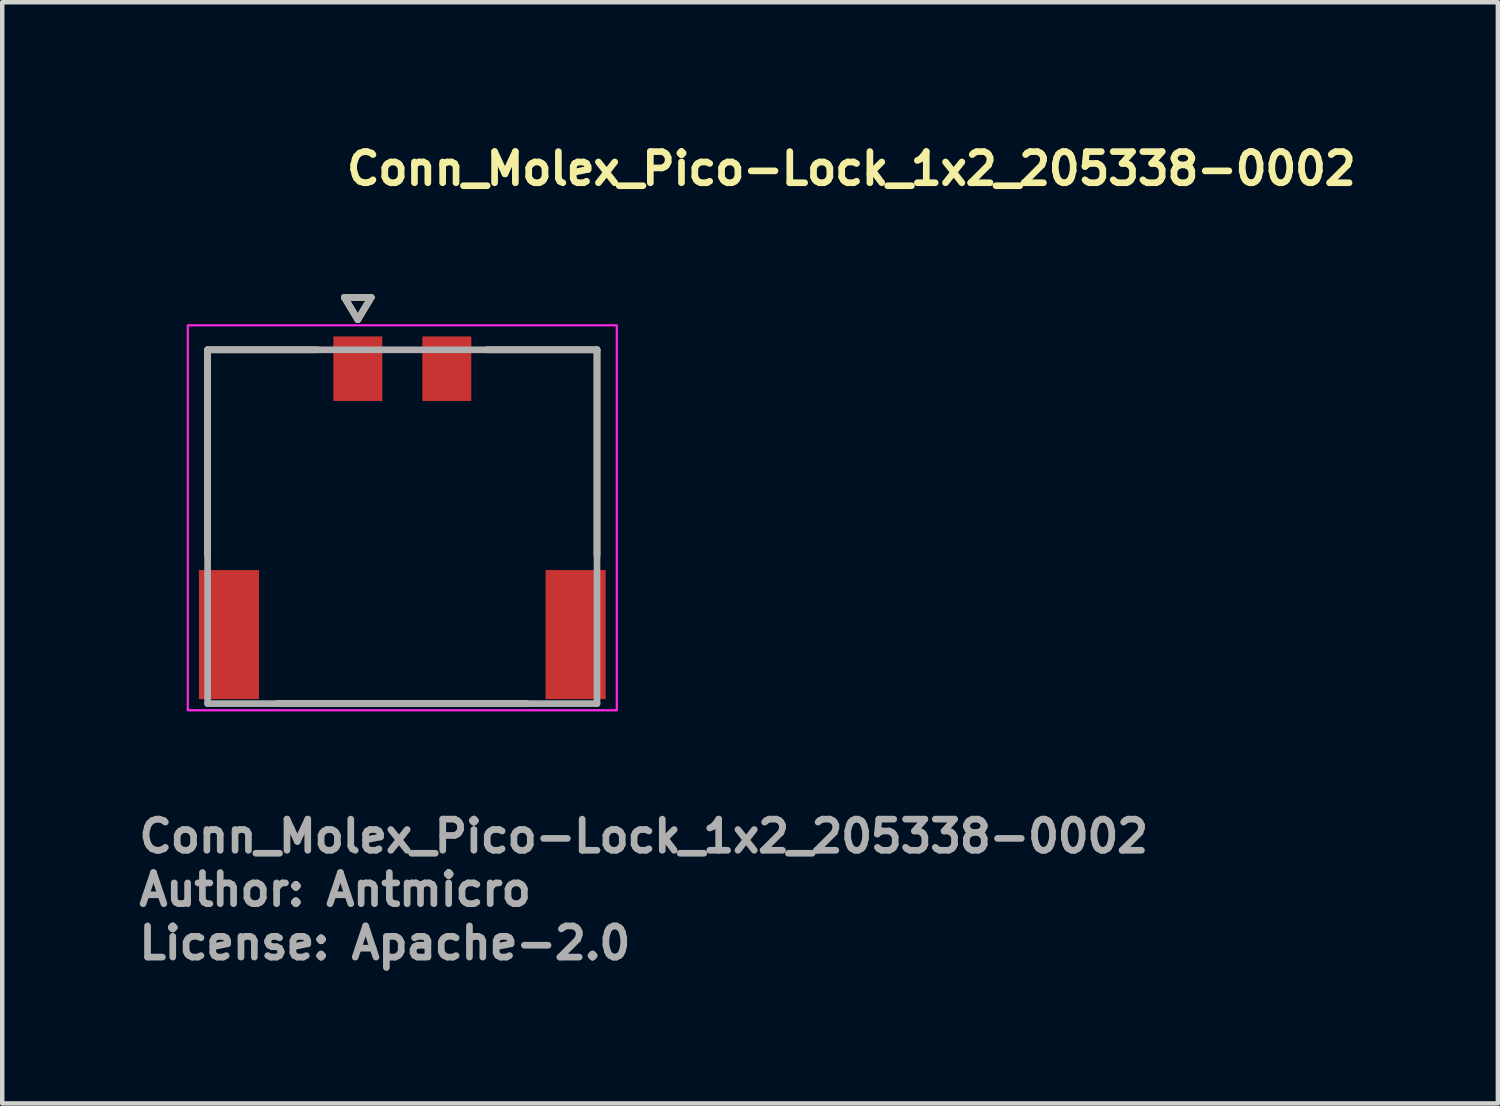
<source format=kicad_pcb>
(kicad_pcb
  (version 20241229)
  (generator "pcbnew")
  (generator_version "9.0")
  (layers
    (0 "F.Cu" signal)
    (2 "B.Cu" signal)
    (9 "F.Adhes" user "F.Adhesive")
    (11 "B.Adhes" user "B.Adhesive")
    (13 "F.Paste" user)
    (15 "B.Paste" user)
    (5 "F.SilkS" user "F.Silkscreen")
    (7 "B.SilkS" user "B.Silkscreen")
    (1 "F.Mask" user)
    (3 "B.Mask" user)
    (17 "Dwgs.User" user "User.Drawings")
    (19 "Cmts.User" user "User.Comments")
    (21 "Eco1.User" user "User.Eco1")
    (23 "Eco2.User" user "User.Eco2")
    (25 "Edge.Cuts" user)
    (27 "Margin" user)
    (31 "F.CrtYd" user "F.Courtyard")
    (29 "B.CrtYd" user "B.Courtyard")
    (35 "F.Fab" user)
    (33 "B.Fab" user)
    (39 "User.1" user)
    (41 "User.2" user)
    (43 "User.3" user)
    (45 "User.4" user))
  (footprint "Conn_Molex_Pico-Lock_1x2_205338-0002"
    (layer "F.Cu")
    (at 5.99 7.96)
    (property "Reference" "Conn_Molex_Pico-Lock_1x2_205338-0002" (at -1.325 -6.81 0) (layer "F.SilkS") (effects (font (size 0.7 0.7) (thickness 0.15)) (justify left bottom)))
    (attr smd)
    (fp_poly (pts (xy -3.194 4.726) (xy -4.596 4.726) (xy -4.596 1.774) (xy -3.194 1.774)) (stroke (width 0.01) (type solid)) (fill yes) (layer "F.Mask"))
    (fp_poly (pts (xy -0.424 -1.974) (xy -1.576 -1.974) (xy -1.576 -3.476) (xy -0.424 -3.476)) (stroke (width 0.01) (type solid)) (fill yes) (layer "F.Mask"))
    (fp_poly (pts (xy 1.576 -1.974) (xy 0.424 -1.974) (xy 0.424 -3.476) (xy 1.576 -3.476)) (stroke (width 0.01) (type solid)) (fill yes) (layer "F.Mask"))
    (fp_poly (pts (xy 4.596 4.726) (xy 3.194 4.726) (xy 3.194 1.774) (xy 4.596 1.774)) (stroke (width 0.01) (type solid)) (fill yes) (layer "F.Mask"))
    (fp_line (start -4.375 -3.15) (end -1.9 -3.15) (stroke (width 0.15) (type solid)) (layer "F.SilkS"))
    (fp_line (start -4.375 1.475) (end -4.375 -3.15) (stroke (width 0.15) (type solid)) (layer "F.SilkS"))
    (fp_line (start -2.8 4.8) (end 2.8 4.8) (stroke (width 0.15) (type solid)) (layer "F.SilkS"))
    (fp_line (start -1.3 -4.327) (end -0.7 -4.327) (stroke (width 0.15) (type solid)) (layer "F.SilkS"))
    (fp_line (start -1 -3.827) (end -1.3 -4.327) (stroke (width 0.15) (type solid)) (layer "F.SilkS"))
    (fp_line (start -0.7 -4.327) (end -1 -3.827) (stroke (width 0.15) (type solid)) (layer "F.SilkS"))
    (fp_line (start 1.9 -3.15) (end 4.375 -3.15) (stroke (width 0.15) (type solid)) (layer "F.SilkS"))
    (fp_line (start 4.375 -3.15) (end 4.375 1.475) (stroke (width 0.15) (type solid)) (layer "F.SilkS"))
    (fp_rect (start 4.82 4.95) (end -4.82 -3.7) (stroke (width 0.05) (type solid)) (fill no) (layer "F.CrtYd"))
    (fp_line (start -4.375 -3.15) (end 4.375 -3.15) (stroke (width 0.15) (type solid)) (layer "F.Fab"))
    (fp_line (start -4.375 4.8) (end -4.375 -3.15) (stroke (width 0.15) (type solid)) (layer "F.Fab"))
    (fp_line (start -1.3 -4.327) (end -0.7 -4.327) (stroke (width 0.15) (type solid)) (layer "F.Fab"))
    (fp_line (start -1 -3.827) (end -1.3 -4.327) (stroke (width 0.15) (type solid)) (layer "F.Fab"))
    (fp_line (start -0.7 -4.327) (end -1 -3.827) (stroke (width 0.15) (type solid)) (layer "F.Fab"))
    (fp_line (start 4.375 -3.15) (end 4.375 4.8) (stroke (width 0.15) (type solid)) (layer "F.Fab"))
    (fp_line (start 4.375 4.8) (end -4.375 4.8) (stroke (width 0.15) (type solid)) (layer "F.Fab"))
    (fp_rect (start 4.375 4.575) (end -4.375 -3.375) (stroke (width 0.1) (type solid)) (fill no) (layer "User.5"))
    (fp_line (start -4.375 1.725) (end -4.375 4.325) (stroke (width 0.02) (type solid)) (layer "User.9"))
    (fp_line (start -4.375 1.725) (end -3.975 1.725) (stroke (width 0.02) (type solid)) (layer "User.9"))
    (fp_line (start -4.375 4.325) (end -3.975 4.325) (stroke (width 0.02) (type solid)) (layer "User.9"))
    (fp_line (start -3.975 -3.025) (end -3.975 4.575) (stroke (width 0.02) (type solid)) (layer "User.9"))
    (fp_line (start -2.425 0.275) (end -2.425 4.575) (stroke (width 0.02) (type solid)) (layer "User.9"))
    (fp_line (start -2.425 4.575) (end -3.975 4.575) (stroke (width 0.02) (type solid)) (layer "User.9"))
    (fp_line (start -2.2 2.075) (end -1.925 2.075) (stroke (width 0.02) (type solid)) (layer "User.9"))
    (fp_line (start -2.2 4.275) (end -2.425 4.275) (stroke (width 0.02) (type solid)) (layer "User.9"))
    (fp_line (start -2.2 4.275) (end -2.2 0.275) (stroke (width 0.02) (type solid)) (layer "User.9"))
    (fp_line (start -1.925 0.275) (end -2.425 0.275) (stroke (width 0.02) (type solid)) (layer "User.9"))
    (fp_line (start -1.925 2.575) (end -1.925 0.275) (stroke (width 0.02) (type solid)) (layer "User.9"))
    (fp_line (start -1.25 -3.375) (end -1.25 -3.035) (stroke (width 0.02) (type solid)) (layer "User.9"))
    (fp_line (start -1.25 -3.035) (end -1.25 -3.025) (stroke (width 0.02) (type solid)) (layer "User.9"))
    (fp_line (start -1.25 1.375) (end -1 1.875) (stroke (width 0.02) (type solid)) (layer "User.9"))
    (fp_line (start -1 1.875) (end -0.75 1.375) (stroke (width 0.02) (type solid)) (layer "User.9"))
    (fp_line (start -0.75 -3.375) (end -1.25 -3.375) (stroke (width 0.02) (type solid)) (layer "User.9"))
    (fp_line (start -0.75 -3.375) (end -0.75 -3.035) (stroke (width 0.02) (type solid)) (layer "User.9"))
    (fp_line (start -0.75 -3.035) (end -0.75 -3.025) (stroke (width 0.02) (type solid)) (layer "User.9"))
    (fp_line (start -0.75 1.375) (end -1.25 1.375) (stroke (width 0.02) (type solid)) (layer "User.9"))
    (fp_line (start 0.75 -3.375) (end 0.75 -3.035) (stroke (width 0.02) (type solid)) (layer "User.9"))
    (fp_line (start 0.75 -3.035) (end 0.75 -3.025) (stroke (width 0.02) (type solid)) (layer "User.9"))
    (fp_line (start 1.25 -3.375) (end 0.75 -3.375) (stroke (width 0.02) (type solid)) (layer "User.9"))
    (fp_line (start 1.25 -3.375) (end 1.25 -3.035) (stroke (width 0.02) (type solid)) (layer "User.9"))
    (fp_line (start 1.25 -3.035) (end 1.25 -3.025) (stroke (width 0.02) (type solid)) (layer "User.9"))
    (fp_line (start 1.925 0.275) (end 1.925 2.575) (stroke (width 0.02) (type solid)) (layer "User.9"))
    (fp_line (start 1.925 2.075) (end 2.2 2.075) (stroke (width 0.02) (type solid)) (layer "User.9"))
    (fp_line (start 1.925 2.575) (end -1.925 2.575) (stroke (width 0.02) (type solid)) (layer "User.9"))
    (fp_line (start 2.2 4.275) (end 2.2 0.275) (stroke (width 0.02) (type solid)) (layer "User.9"))
    (fp_line (start 2.425 0.275) (end 1.925 0.275) (stroke (width 0.02) (type solid)) (layer "User.9"))
    (fp_line (start 2.425 4.275) (end 2.2 4.275) (stroke (width 0.02) (type solid)) (layer "User.9"))
    (fp_line (start 2.425 4.575) (end 2.425 0.275) (stroke (width 0.02) (type solid)) (layer "User.9"))
    (fp_line (start 3.975 -3.025) (end -3.975 -3.025) (stroke (width 0.02) (type solid)) (layer "User.9"))
    (fp_line (start 3.975 -3.025) (end 3.975 4.575) (stroke (width 0.02) (type solid)) (layer "User.9"))
    (fp_line (start 3.975 4.575) (end 2.425 4.575) (stroke (width 0.02) (type solid)) (layer "User.9"))
    (fp_line (start 4.375 1.725) (end 3.975 1.725) (stroke (width 0.02) (type solid)) (layer "User.9"))
    (fp_line (start 4.375 1.725) (end 4.375 4.325) (stroke (width 0.02) (type solid)) (layer "User.9"))
    (fp_line (start 4.375 4.325) (end 3.975 4.325) (stroke (width 0.02) (type solid)) (layer "User.9"))
    (fp_text user "License: Apache-2.0" (at -5.99 10.59 0) (layer "F.Fab") (effects (font (size 0.7 0.7) (thickness 0.15)) (justify left bottom)))
    (fp_text user "Author: Antmicro" (at -5.99 9.39 0) (layer "F.Fab") (effects (font (size 0.7 0.7) (thickness 0.15)) (justify left bottom)))
    (fp_text user "${REFERENCE}" (at -5.99 8.19 0) (layer "F.Fab") (effects (font (size 0.7 0.7) (thickness 0.15)) (justify left bottom)))
    (pad "1" smd rect (at -1 -2.725 180) (size 1.1 1.45) (layers "F.Cu" "F.Paste"))
    (pad "2" smd rect (at 1 -2.725 180) (size 1.1 1.45) (layers "F.Cu" "F.Paste"))
    (pad "SH" smd rect (at -3.895 3.25 180) (size 1.35 2.9) (layers "F.Cu" "F.Paste"))
    (pad "SH" smd rect (at 3.895 3.25 180) (size 1.35 2.9) (layers "F.Cu" "F.Paste")))
  (gr_rect
    (start -3 -3)
    (end 30.608 21.745)
    (stroke (width 0.1) (type default))
    (fill no)
    (layer "Edge.Cuts")))
</source>
